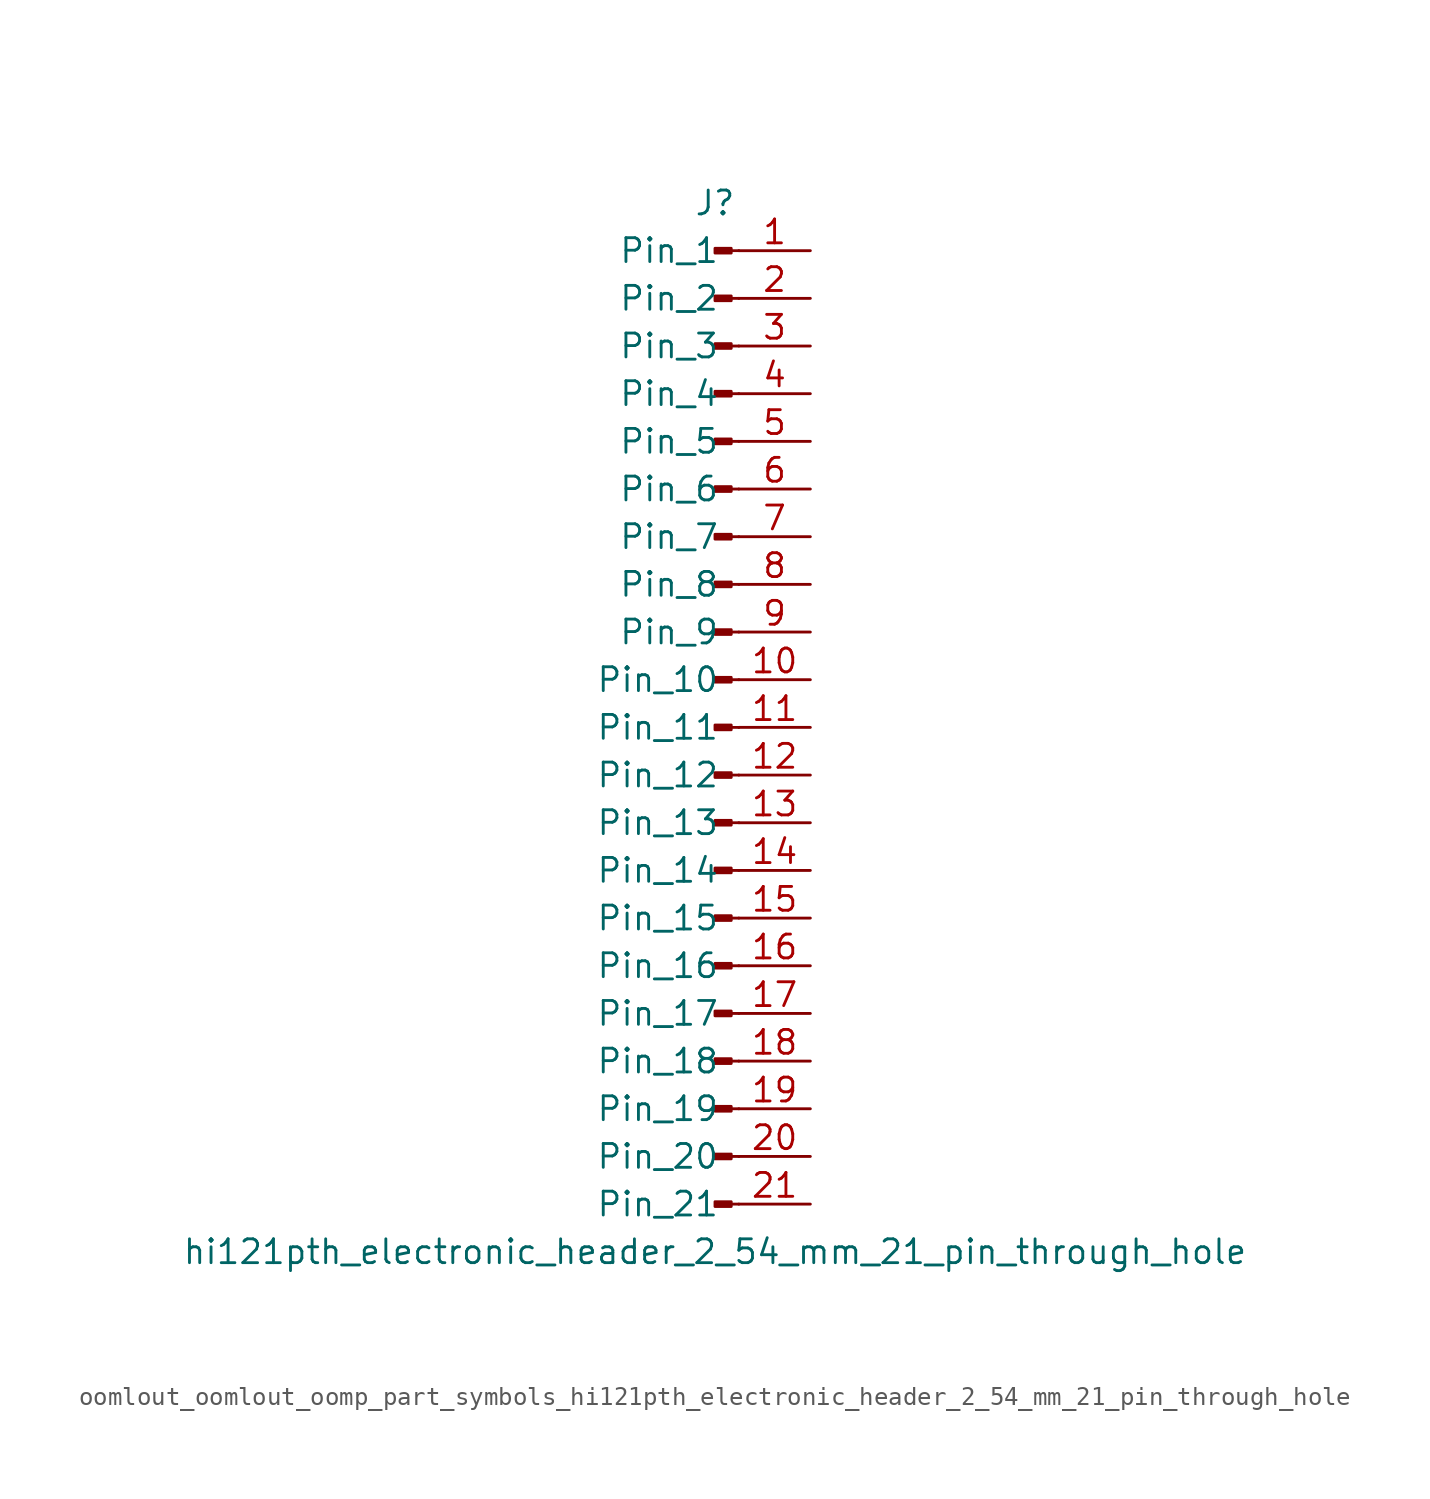
<source format=kicad_sym>
(kicad_symbol_lib
  (version 20220914)
  (generator kicad_symbol_editor)
  (symbol "oomlout_oomlout_oomp_part_symbols_hi121pth_electronic_header_2_54_mm_21_pin_through_hole"
    (pin_names
      (offset 1.016))
    (property "Reference" "J"
      (at 0 27.94 0)
      (effects (font (size 1.27 1.27))))
    (property "Value" "hi121pth_electronic_header_2_54_mm_21_pin_through_hole"
      (at 0 -27.94 0)
      (effects (font (size 1.27 1.27))))
    (property "ki_locked" ""
      (at 0 0 0)
      (effects (font (size 1.27 1.27))))
    (symbol "oomlout_oomlout_oomp_part_symbols_hi121pth_electronic_header_2_54_mm_21_pin_through_hole_1_1"
      (polyline (pts (xy 1.27 -25.4) (xy 0.864 -25.4)) (stroke (width 0.152) (type default)) (fill (type none)))
      (polyline (pts (xy 1.27 -22.86) (xy 0.864 -22.86)) (stroke (width 0.152) (type default)) (fill (type none)))
      (polyline (pts (xy 1.27 -20.32) (xy 0.864 -20.32)) (stroke (width 0.152) (type default)) (fill (type none)))
      (polyline (pts (xy 1.27 -17.78) (xy 0.864 -17.78)) (stroke (width 0.152) (type default)) (fill (type none)))
      (polyline (pts (xy 1.27 -15.24) (xy 0.864 -15.24)) (stroke (width 0.152) (type default)) (fill (type none)))
      (polyline (pts (xy 1.27 -12.7) (xy 0.864 -12.7)) (stroke (width 0.152) (type default)) (fill (type none)))
      (polyline (pts (xy 1.27 -10.16) (xy 0.864 -10.16)) (stroke (width 0.152) (type default)) (fill (type none)))
      (polyline (pts (xy 1.27 -7.62) (xy 0.864 -7.62)) (stroke (width 0.152) (type default)) (fill (type none)))
      (polyline (pts (xy 1.27 -5.08) (xy 0.864 -5.08)) (stroke (width 0.152) (type default)) (fill (type none)))
      (polyline (pts (xy 1.27 -2.54) (xy 0.864 -2.54)) (stroke (width 0.152) (type default)) (fill (type none)))
      (polyline (pts (xy 1.27 0) (xy 0.864 0)) (stroke (width 0.152) (type default)) (fill (type none)))
      (polyline (pts (xy 1.27 2.54) (xy 0.864 2.54)) (stroke (width 0.152) (type default)) (fill (type none)))
      (polyline (pts (xy 1.27 5.08) (xy 0.864 5.08)) (stroke (width 0.152) (type default)) (fill (type none)))
      (polyline (pts (xy 1.27 7.62) (xy 0.864 7.62)) (stroke (width 0.152) (type default)) (fill (type none)))
      (polyline (pts (xy 1.27 10.16) (xy 0.864 10.16)) (stroke (width 0.152) (type default)) (fill (type none)))
      (polyline (pts (xy 1.27 12.7) (xy 0.864 12.7)) (stroke (width 0.152) (type default)) (fill (type none)))
      (polyline (pts (xy 1.27 15.24) (xy 0.864 15.24)) (stroke (width 0.152) (type default)) (fill (type none)))
      (polyline (pts (xy 1.27 17.78) (xy 0.864 17.78)) (stroke (width 0.152) (type default)) (fill (type none)))
      (polyline (pts (xy 1.27 20.32) (xy 0.864 20.32)) (stroke (width 0.152) (type default)) (fill (type none)))
      (polyline (pts (xy 1.27 22.86) (xy 0.864 22.86)) (stroke (width 0.152) (type default)) (fill (type none)))
      (polyline (pts (xy 1.27 25.4) (xy 0.864 25.4)) (stroke (width 0.152) (type default)) (fill (type none)))
      (rectangle (start 0.864 -25.273) (end 0 -25.527) (stroke (width 0.152) (type default)) (fill (type outline)))
      (rectangle (start 0.864 -22.733) (end 0 -22.987) (stroke (width 0.152) (type default)) (fill (type outline)))
      (rectangle (start 0.864 -20.193) (end 0 -20.447) (stroke (width 0.152) (type default)) (fill (type outline)))
      (rectangle (start 0.864 -17.653) (end 0 -17.907) (stroke (width 0.152) (type default)) (fill (type outline)))
      (rectangle (start 0.864 -15.113) (end 0 -15.367) (stroke (width 0.152) (type default)) (fill (type outline)))
      (rectangle (start 0.864 -12.573) (end 0 -12.827) (stroke (width 0.152) (type default)) (fill (type outline)))
      (rectangle (start 0.864 -10.033) (end 0 -10.287) (stroke (width 0.152) (type default)) (fill (type outline)))
      (rectangle (start 0.864 -7.493) (end 0 -7.747) (stroke (width 0.152) (type default)) (fill (type outline)))
      (rectangle (start 0.864 -4.953) (end 0 -5.207) (stroke (width 0.152) (type default)) (fill (type outline)))
      (rectangle (start 0.864 -2.413) (end 0 -2.667) (stroke (width 0.152) (type default)) (fill (type outline)))
      (rectangle (start 0.864 0.127) (end 0 -0.127) (stroke (width 0.152) (type default)) (fill (type outline)))
      (rectangle (start 0.864 2.667) (end 0 2.413) (stroke (width 0.152) (type default)) (fill (type outline)))
      (rectangle (start 0.864 5.207) (end 0 4.953) (stroke (width 0.152) (type default)) (fill (type outline)))
      (rectangle (start 0.864 7.747) (end 0 7.493) (stroke (width 0.152) (type default)) (fill (type outline)))
      (rectangle (start 0.864 10.287) (end 0 10.033) (stroke (width 0.152) (type default)) (fill (type outline)))
      (rectangle (start 0.864 12.827) (end 0 12.573) (stroke (width 0.152) (type default)) (fill (type outline)))
      (rectangle (start 0.864 15.367) (end 0 15.113) (stroke (width 0.152) (type default)) (fill (type outline)))
      (rectangle (start 0.864 17.907) (end 0 17.653) (stroke (width 0.152) (type default)) (fill (type outline)))
      (rectangle (start 0.864 20.447) (end 0 20.193) (stroke (width 0.152) (type default)) (fill (type outline)))
      (rectangle (start 0.864 22.987) (end 0 22.733) (stroke (width 0.152) (type default)) (fill (type outline)))
      (rectangle (start 0.864 25.527) (end 0 25.273) (stroke (width 0.152) (type default)) (fill (type outline)))
      (pin passive line (at 5.08 25.4 180) (length 3.81) (name "Pin_1" (effects (font (size 1.27 1.27)))) (number "1" (effects (font (size 1.27 1.27)))))
      (pin passive line (at 5.08 2.54 180) (length 3.81) (name "Pin_10" (effects (font (size 1.27 1.27)))) (number "10" (effects (font (size 1.27 1.27)))))
      (pin passive line (at 5.08 0 180) (length 3.81) (name "Pin_11" (effects (font (size 1.27 1.27)))) (number "11" (effects (font (size 1.27 1.27)))))
      (pin passive line (at 5.08 -2.54 180) (length 3.81) (name "Pin_12" (effects (font (size 1.27 1.27)))) (number "12" (effects (font (size 1.27 1.27)))))
      (pin passive line (at 5.08 -5.08 180) (length 3.81) (name "Pin_13" (effects (font (size 1.27 1.27)))) (number "13" (effects (font (size 1.27 1.27)))))
      (pin passive line (at 5.08 -7.62 180) (length 3.81) (name "Pin_14" (effects (font (size 1.27 1.27)))) (number "14" (effects (font (size 1.27 1.27)))))
      (pin passive line (at 5.08 -10.16 180) (length 3.81) (name "Pin_15" (effects (font (size 1.27 1.27)))) (number "15" (effects (font (size 1.27 1.27)))))
      (pin passive line (at 5.08 -12.7 180) (length 3.81) (name "Pin_16" (effects (font (size 1.27 1.27)))) (number "16" (effects (font (size 1.27 1.27)))))
      (pin passive line (at 5.08 -15.24 180) (length 3.81) (name "Pin_17" (effects (font (size 1.27 1.27)))) (number "17" (effects (font (size 1.27 1.27)))))
      (pin passive line (at 5.08 -17.78 180) (length 3.81) (name "Pin_18" (effects (font (size 1.27 1.27)))) (number "18" (effects (font (size 1.27 1.27)))))
      (pin passive line (at 5.08 -20.32 180) (length 3.81) (name "Pin_19" (effects (font (size 1.27 1.27)))) (number "19" (effects (font (size 1.27 1.27)))))
      (pin passive line (at 5.08 22.86 180) (length 3.81) (name "Pin_2" (effects (font (size 1.27 1.27)))) (number "2" (effects (font (size 1.27 1.27)))))
      (pin passive line (at 5.08 -22.86 180) (length 3.81) (name "Pin_20" (effects (font (size 1.27 1.27)))) (number "20" (effects (font (size 1.27 1.27)))))
      (pin passive line (at 5.08 -25.4 180) (length 3.81) (name "Pin_21" (effects (font (size 1.27 1.27)))) (number "21" (effects (font (size 1.27 1.27)))))
      (pin passive line (at 5.08 20.32 180) (length 3.81) (name "Pin_3" (effects (font (size 1.27 1.27)))) (number "3" (effects (font (size 1.27 1.27)))))
      (pin passive line (at 5.08 17.78 180) (length 3.81) (name "Pin_4" (effects (font (size 1.27 1.27)))) (number "4" (effects (font (size 1.27 1.27)))))
      (pin passive line (at 5.08 15.24 180) (length 3.81) (name "Pin_5" (effects (font (size 1.27 1.27)))) (number "5" (effects (font (size 1.27 1.27)))))
      (pin passive line (at 5.08 12.7 180) (length 3.81) (name "Pin_6" (effects (font (size 1.27 1.27)))) (number "6" (effects (font (size 1.27 1.27)))))
      (pin passive line (at 5.08 10.16 180) (length 3.81) (name "Pin_7" (effects (font (size 1.27 1.27)))) (number "7" (effects (font (size 1.27 1.27)))))
      (pin passive line (at 5.08 7.62 180) (length 3.81) (name "Pin_8" (effects (font (size 1.27 1.27)))) (number "8" (effects (font (size 1.27 1.27)))))
      (pin passive line (at 5.08 5.08 180) (length 3.81) (name "Pin_9" (effects (font (size 1.27 1.27)))) (number "9" (effects (font (size 1.27 1.27))))))))
</source>
